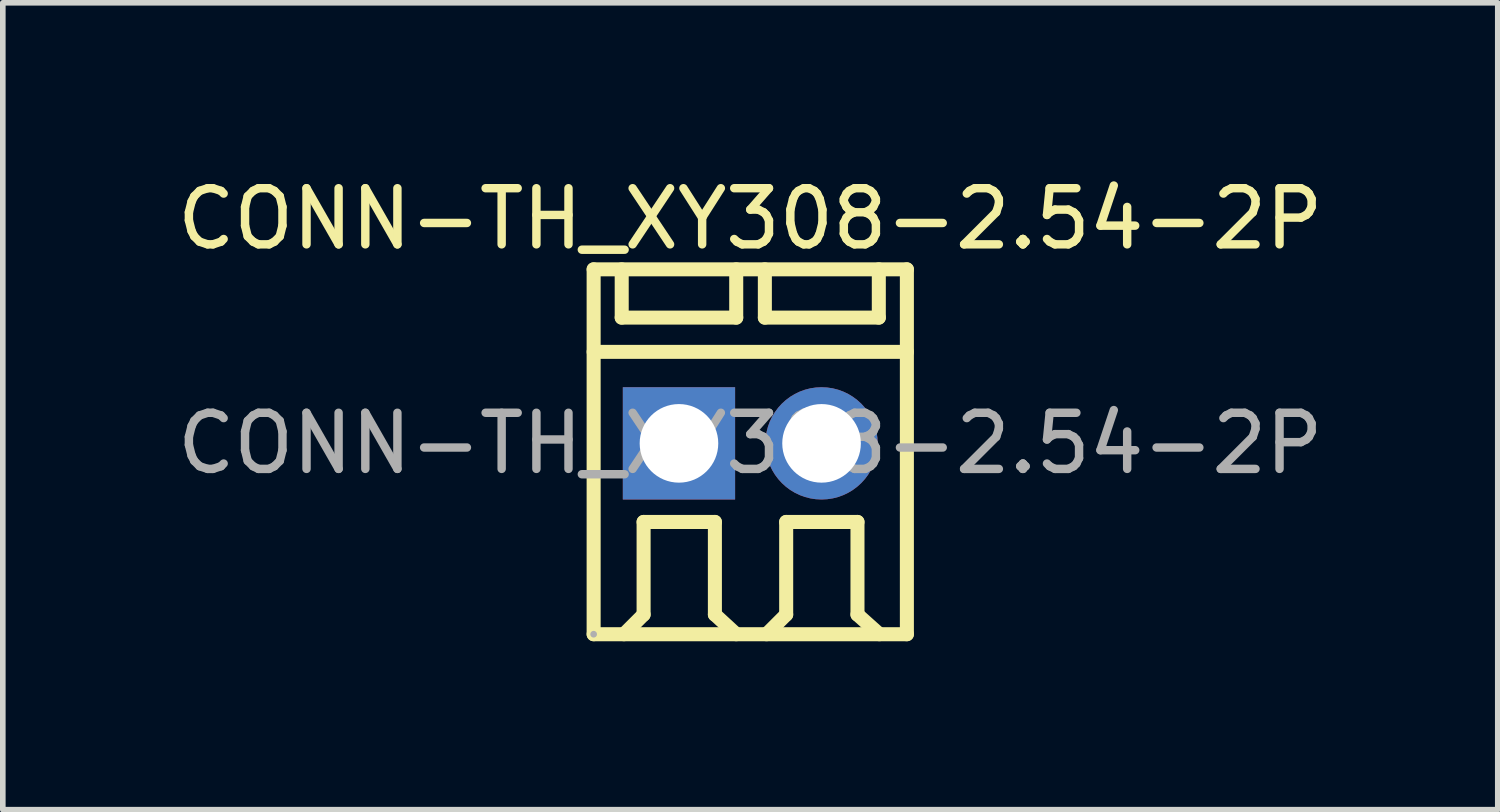
<source format=kicad_pcb>
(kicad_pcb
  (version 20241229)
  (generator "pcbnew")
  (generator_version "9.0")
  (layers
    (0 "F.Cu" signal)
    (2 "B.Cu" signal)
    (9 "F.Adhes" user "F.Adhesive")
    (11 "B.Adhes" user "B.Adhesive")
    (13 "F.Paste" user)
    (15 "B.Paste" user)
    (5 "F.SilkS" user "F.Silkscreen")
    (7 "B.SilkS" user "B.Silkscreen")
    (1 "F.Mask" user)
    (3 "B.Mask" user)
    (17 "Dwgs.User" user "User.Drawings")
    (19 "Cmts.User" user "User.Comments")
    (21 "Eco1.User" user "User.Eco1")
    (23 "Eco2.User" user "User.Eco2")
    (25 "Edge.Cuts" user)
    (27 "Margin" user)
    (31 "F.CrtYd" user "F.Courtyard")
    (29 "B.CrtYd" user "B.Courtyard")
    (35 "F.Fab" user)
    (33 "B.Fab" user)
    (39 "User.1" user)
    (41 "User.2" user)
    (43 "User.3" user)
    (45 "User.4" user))
  (footprint "CONN-TH_XY308-2.54-2P"
    (layer "F.Cu")
    (at 10.315 4.848)
    (property "Reference" "CONN-TH_XY308-2.54-2P" (at 0 -4 0) (layer "F.SilkS") (effects (font (size 1 1) (thickness 0.15))))
    (attr through_hole)
    (fp_line (start -2.79 -3.1) (end -2.79 3.4) (stroke (width 0.25) (type solid)) (layer "F.SilkS"))
    (fp_line (start -2.29 -3.1) (end -2.29 -2.24) (stroke (width 0.25) (type solid)) (layer "F.SilkS"))
    (fp_line (start -2.29 -2.24) (end -0.25 -2.24) (stroke (width 0.25) (type solid)) (layer "F.SilkS"))
    (fp_line (start -2.25 3.4) (end -1.9 3.05) (stroke (width 0.25) (type solid)) (layer "F.SilkS"))
    (fp_line (start -1.9 1.4) (end -0.63 1.4) (stroke (width 0.25) (type solid)) (layer "F.SilkS"))
    (fp_line (start -1.9 3.05) (end -1.9 1.4) (stroke (width 0.25) (type solid)) (layer "F.SilkS"))
    (fp_line (start -0.63 1.4) (end -0.63 3.05) (stroke (width 0.25) (type solid)) (layer "F.SilkS"))
    (fp_line (start -0.63 3.05) (end -0.25 3.4) (stroke (width 0.25) (type solid)) (layer "F.SilkS"))
    (fp_line (start -0.25 -2.24) (end -0.25 -3.1) (stroke (width 0.25) (type solid)) (layer "F.SilkS"))
    (fp_line (start 0.26 -3.1) (end 0.26 -2.24) (stroke (width 0.25) (type solid)) (layer "F.SilkS"))
    (fp_line (start 0.26 -2.24) (end 2.29 -2.24) (stroke (width 0.25) (type solid)) (layer "F.SilkS"))
    (fp_line (start 0.29 3.4) (end 0.64 3.05) (stroke (width 0.25) (type solid)) (layer "F.SilkS"))
    (fp_line (start 0.64 1.4) (end 1.91 1.4) (stroke (width 0.25) (type solid)) (layer "F.SilkS"))
    (fp_line (start 0.64 3.05) (end 0.64 1.4) (stroke (width 0.25) (type solid)) (layer "F.SilkS"))
    (fp_line (start 1.91 1.4) (end 1.91 3.05) (stroke (width 0.25) (type solid)) (layer "F.SilkS"))
    (fp_line (start 1.91 3.05) (end 2.3 3.4) (stroke (width 0.25) (type solid)) (layer "F.SilkS"))
    (fp_line (start 2.29 -2.24) (end 2.29 -3.1) (stroke (width 0.25) (type solid)) (layer "F.SilkS"))
    (fp_line (start 2.79 -3.1) (end -2.79 -3.1) (stroke (width 0.25) (type solid)) (layer "F.SilkS"))
    (fp_line (start 2.79 -3.1) (end 2.79 3.4) (stroke (width 0.25) (type solid)) (layer "F.SilkS"))
    (fp_line (start 2.79 -1.63) (end -2.79 -1.63) (stroke (width 0.25) (type solid)) (layer "F.SilkS"))
    (fp_line (start 2.79 3.4) (end -2.79 3.4) (stroke (width 0.25) (type solid)) (layer "F.SilkS"))
    (fp_circle (center -2.79 3.4) (end -2.76 3.4) (stroke (width 0.06) (type solid)) (fill no) (layer "F.Fab"))
    (fp_circle (center -1.27 0) (end -0.97 0) (stroke (width 0.6) (type solid)) (fill no) (layer "F.Fab"))
    (fp_circle (center 1.27 0) (end 1.57 0) (stroke (width 0.6) (type solid)) (fill no) (layer "F.Fab"))
    (fp_text user "${REFERENCE}" (at 0 0 0) (layer "F.Fab") (effects (font (size 1 1) (thickness 0.15))))
    (pad "1" thru_hole rect (at -1.27 0) (size 2 2) (drill 1.4) (layers "*.Cu" "*.Mask"))
    (pad "2" thru_hole circle (at 1.27 0) (size 2 2) (drill 1.4) (layers "*.Cu" "*.Mask")))
  (gr_rect
    (start -3 -3)
    (end 23.631 11.373)
    (stroke (width 0.1) (type default))
    (fill no)
    (layer "Edge.Cuts")))
</source>
